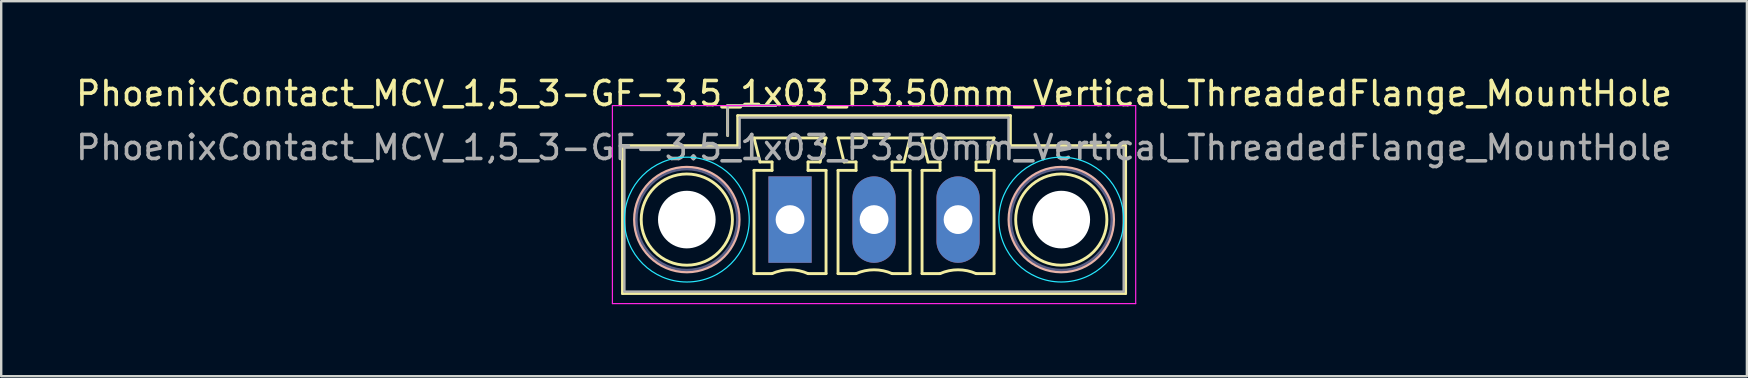
<source format=kicad_pcb>
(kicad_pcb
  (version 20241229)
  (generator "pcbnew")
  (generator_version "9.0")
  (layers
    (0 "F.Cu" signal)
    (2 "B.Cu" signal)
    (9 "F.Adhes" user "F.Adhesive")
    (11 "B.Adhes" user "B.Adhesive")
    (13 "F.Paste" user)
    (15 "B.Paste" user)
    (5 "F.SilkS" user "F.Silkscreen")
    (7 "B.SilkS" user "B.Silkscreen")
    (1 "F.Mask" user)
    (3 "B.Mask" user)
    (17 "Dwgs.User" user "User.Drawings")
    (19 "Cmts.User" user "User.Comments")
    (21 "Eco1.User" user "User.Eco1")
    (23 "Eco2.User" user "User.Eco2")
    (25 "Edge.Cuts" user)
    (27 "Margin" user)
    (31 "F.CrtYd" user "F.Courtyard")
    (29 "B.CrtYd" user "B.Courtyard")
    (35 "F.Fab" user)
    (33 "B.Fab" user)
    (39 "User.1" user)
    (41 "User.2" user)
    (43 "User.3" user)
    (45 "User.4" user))
  (footprint "PhoenixContact_MCV_1,5_3-GF-3.5_1x03_P3.50mm_Vertical_ThreadedFlange_MountHole"
    (layer "F.Cu")
    (at 29.863 6.098)
    (property "Reference" "PhoenixContact_MCV_1,5_3-GF-3.5_1x03_P3.50mm_Vertical_ThreadedFlange_MountHole" (at 3.5 -5.25 0) (layer "F.SilkS") (effects (font (size 1 1) (thickness 0.15))))
    (attr through_hole)
    (fp_line (start -6.98 -3.08) (end -6.98 3.08) (stroke (width 0.12) (type solid)) (layer "F.SilkS"))
    (fp_line (start -6.98 3.08) (end 13.98 3.08) (stroke (width 0.12) (type solid)) (layer "F.SilkS"))
    (fp_line (start -2.6 -4.75) (end -0.6 -4.75) (stroke (width 0.12) (type solid)) (layer "F.SilkS"))
    (fp_line (start -2.6 -3.5) (end -2.6 -4.75) (stroke (width 0.12) (type solid)) (layer "F.SilkS"))
    (fp_line (start -2.18 -4.33) (end -2.18 -3.08) (stroke (width 0.12) (type solid)) (layer "F.SilkS"))
    (fp_line (start -2.18 -3.08) (end -6.98 -3.08) (stroke (width 0.12) (type solid)) (layer "F.SilkS"))
    (fp_line (start -1.5 -3.4) (end 1.5 -3.4) (stroke (width 0.12) (type solid)) (layer "F.SilkS"))
    (fp_line (start -1.5 -2.05) (end -0.75 -2.05) (stroke (width 0.12) (type solid)) (layer "F.SilkS"))
    (fp_line (start -1.5 2.25) (end -1.5 -2.05) (stroke (width 0.12) (type solid)) (layer "F.SilkS"))
    (fp_line (start -1.25 -2.4) (end -1.5 -3.4) (stroke (width 0.12) (type solid)) (layer "F.SilkS"))
    (fp_line (start -0.75 -2.4) (end -1.25 -2.4) (stroke (width 0.12) (type solid)) (layer "F.SilkS"))
    (fp_line (start -0.75 -2.05) (end -0.75 -2.4) (stroke (width 0.12) (type solid)) (layer "F.SilkS"))
    (fp_line (start -0.75 2.25) (end -1.5 2.25) (stroke (width 0.12) (type solid)) (layer "F.SilkS"))
    (fp_line (start 0.75 -2.4) (end 0.75 -2.05) (stroke (width 0.12) (type solid)) (layer "F.SilkS"))
    (fp_line (start 0.75 -2.05) (end 1.5 -2.05) (stroke (width 0.12) (type solid)) (layer "F.SilkS"))
    (fp_line (start 1.25 -2.4) (end 0.75 -2.4) (stroke (width 0.12) (type solid)) (layer "F.SilkS"))
    (fp_line (start 1.5 -3.4) (end 1.25 -2.4) (stroke (width 0.12) (type solid)) (layer "F.SilkS"))
    (fp_line (start 1.5 -2.05) (end 1.5 2.25) (stroke (width 0.12) (type solid)) (layer "F.SilkS"))
    (fp_line (start 1.5 2.25) (end 0.75 2.25) (stroke (width 0.12) (type solid)) (layer "F.SilkS"))
    (fp_line (start 2 -3.4) (end 5 -3.4) (stroke (width 0.12) (type solid)) (layer "F.SilkS"))
    (fp_line (start 2 -2.05) (end 2.75 -2.05) (stroke (width 0.12) (type solid)) (layer "F.SilkS"))
    (fp_line (start 2 2.25) (end 2 -2.05) (stroke (width 0.12) (type solid)) (layer "F.SilkS"))
    (fp_line (start 2.25 -2.4) (end 2 -3.4) (stroke (width 0.12) (type solid)) (layer "F.SilkS"))
    (fp_line (start 2.75 -2.4) (end 2.25 -2.4) (stroke (width 0.12) (type solid)) (layer "F.SilkS"))
    (fp_line (start 2.75 -2.05) (end 2.75 -2.4) (stroke (width 0.12) (type solid)) (layer "F.SilkS"))
    (fp_line (start 2.75 2.25) (end 2 2.25) (stroke (width 0.12) (type solid)) (layer "F.SilkS"))
    (fp_line (start 4.25 -2.4) (end 4.25 -2.05) (stroke (width 0.12) (type solid)) (layer "F.SilkS"))
    (fp_line (start 4.25 -2.05) (end 5 -2.05) (stroke (width 0.12) (type solid)) (layer "F.SilkS"))
    (fp_line (start 4.75 -2.4) (end 4.25 -2.4) (stroke (width 0.12) (type solid)) (layer "F.SilkS"))
    (fp_line (start 5 -3.4) (end 4.75 -2.4) (stroke (width 0.12) (type solid)) (layer "F.SilkS"))
    (fp_line (start 5 -2.05) (end 5 2.25) (stroke (width 0.12) (type solid)) (layer "F.SilkS"))
    (fp_line (start 5 2.25) (end 4.25 2.25) (stroke (width 0.12) (type solid)) (layer "F.SilkS"))
    (fp_line (start 5.5 -3.4) (end 8.5 -3.4) (stroke (width 0.12) (type solid)) (layer "F.SilkS"))
    (fp_line (start 5.5 -2.05) (end 6.25 -2.05) (stroke (width 0.12) (type solid)) (layer "F.SilkS"))
    (fp_line (start 5.5 2.25) (end 5.5 -2.05) (stroke (width 0.12) (type solid)) (layer "F.SilkS"))
    (fp_line (start 5.75 -2.4) (end 5.5 -3.4) (stroke (width 0.12) (type solid)) (layer "F.SilkS"))
    (fp_line (start 6.25 -2.4) (end 5.75 -2.4) (stroke (width 0.12) (type solid)) (layer "F.SilkS"))
    (fp_line (start 6.25 -2.05) (end 6.25 -2.4) (stroke (width 0.12) (type solid)) (layer "F.SilkS"))
    (fp_line (start 6.25 2.25) (end 5.5 2.25) (stroke (width 0.12) (type solid)) (layer "F.SilkS"))
    (fp_line (start 7.75 -2.4) (end 7.75 -2.05) (stroke (width 0.12) (type solid)) (layer "F.SilkS"))
    (fp_line (start 7.75 -2.05) (end 8.5 -2.05) (stroke (width 0.12) (type solid)) (layer "F.SilkS"))
    (fp_line (start 8.25 -2.4) (end 7.75 -2.4) (stroke (width 0.12) (type solid)) (layer "F.SilkS"))
    (fp_line (start 8.5 -3.4) (end 8.25 -2.4) (stroke (width 0.12) (type solid)) (layer "F.SilkS"))
    (fp_line (start 8.5 -2.05) (end 8.5 2.25) (stroke (width 0.12) (type solid)) (layer "F.SilkS"))
    (fp_line (start 8.5 2.25) (end 7.75 2.25) (stroke (width 0.12) (type solid)) (layer "F.SilkS"))
    (fp_line (start 9.18 -4.33) (end -2.18 -4.33) (stroke (width 0.12) (type solid)) (layer "F.SilkS"))
    (fp_line (start 9.18 -3.08) (end 9.18 -4.33) (stroke (width 0.12) (type solid)) (layer "F.SilkS"))
    (fp_line (start 13.98 -3.08) (end 9.18 -3.08) (stroke (width 0.12) (type solid)) (layer "F.SilkS"))
    (fp_line (start 13.98 3.08) (end 13.98 -3.08) (stroke (width 0.12) (type solid)) (layer "F.SilkS"))
    (fp_arc (start -0.75 2.25) (mid -0.000193 2.09191) (end 0.749647 2.249844) (stroke (width 0.12) (type solid)) (layer "F.SilkS"))
    (fp_arc (start 2.75 2.25) (mid 3.499807 2.09191) (end 4.249647 2.249844) (stroke (width 0.12) (type solid)) (layer "F.SilkS"))
    (fp_arc (start 6.25 2.25) (mid 6.999807 2.09191) (end 7.749647 2.249844) (stroke (width 0.12) (type solid)) (layer "F.SilkS"))
    (fp_circle (center -4.3 0) (end -2.4 0) (stroke (width 0.12) (type solid)) (fill no) (layer "F.SilkS"))
    (fp_circle (center 11.3 0) (end 13.2 0) (stroke (width 0.12) (type solid)) (fill no) (layer "F.SilkS"))
    (fp_circle (center -4.3 0) (end -2.12 0) (stroke (width 0.12) (type solid)) (fill no) (layer "B.SilkS"))
    (fp_circle (center 11.3 0) (end 13.48 0) (stroke (width 0.12) (type solid)) (fill no) (layer "B.SilkS"))
    (fp_circle (center -4.3 0) (end -1.7 0) (stroke (width 0.05) (type solid)) (fill no) (layer "B.CrtYd"))
    (fp_circle (center 11.3 0) (end 13.9 0) (stroke (width 0.05) (type solid)) (fill no) (layer "B.CrtYd"))
    (fp_line (start -7.4 -4.75) (end -7.4 3.5) (stroke (width 0.05) (type solid)) (layer "F.CrtYd"))
    (fp_line (start -7.4 3.5) (end 14.4 3.5) (stroke (width 0.05) (type solid)) (layer "F.CrtYd"))
    (fp_line (start 14.4 -4.75) (end -7.4 -4.75) (stroke (width 0.05) (type solid)) (layer "F.CrtYd"))
    (fp_line (start 14.4 3.5) (end 14.4 -4.75) (stroke (width 0.05) (type solid)) (layer "F.CrtYd"))
    (fp_circle (center -4.3 0) (end -2.2 0) (stroke (width 0.1) (type solid)) (fill no) (layer "B.Fab"))
    (fp_circle (center 11.3 0) (end 13.4 0) (stroke (width 0.1) (type solid)) (fill no) (layer "B.Fab"))
    (fp_line (start -6.9 -3) (end -6.9 3) (stroke (width 0.1) (type solid)) (layer "F.Fab"))
    (fp_line (start -6.9 3) (end 13.9 3) (stroke (width 0.1) (type solid)) (layer "F.Fab"))
    (fp_line (start -2.6 -4.75) (end -0.6 -4.75) (stroke (width 0.1) (type solid)) (layer "F.Fab"))
    (fp_line (start -2.6 -3.5) (end -2.6 -4.75) (stroke (width 0.1) (type solid)) (layer "F.Fab"))
    (fp_line (start -2.1 -4.25) (end -2.1 -3) (stroke (width 0.1) (type solid)) (layer "F.Fab"))
    (fp_line (start -2.1 -3) (end -6.9 -3) (stroke (width 0.1) (type solid)) (layer "F.Fab"))
    (fp_line (start 9.1 -4.25) (end -2.1 -4.25) (stroke (width 0.1) (type solid)) (layer "F.Fab"))
    (fp_line (start 9.1 -3) (end 9.1 -4.25) (stroke (width 0.1) (type solid)) (layer "F.Fab"))
    (fp_line (start 13.9 -3) (end 9.1 -3) (stroke (width 0.1) (type solid)) (layer "F.Fab"))
    (fp_line (start 13.9 3) (end 13.9 -3) (stroke (width 0.1) (type solid)) (layer "F.Fab"))
    (fp_text user "${REFERENCE}" (at 3.5 -3 0) (layer "F.Fab") (effects (font (size 1 1) (thickness 0.15))))
    (pad "" np_thru_hole circle (at -4.3 0) (size 2.4 2.4) (drill 2.4) (layers "*.Cu" "*.Mask"))
    (pad "" np_thru_hole circle (at 11.3 0) (size 2.4 2.4) (drill 2.4) (layers "*.Cu" "*.Mask"))
    (pad "1" thru_hole rect (at 0 0) (size 1.8 3.6) (drill 1.2) (layers "*.Cu" "*.Mask"))
    (pad "2" thru_hole oval (at 3.5 0) (size 1.8 3.6) (drill 1.2) (layers "*.Cu" "*.Mask"))
    (pad "3" thru_hole oval (at 7 0) (size 1.8 3.6) (drill 1.2) (layers "*.Cu" "*.Mask")))
  (gr_rect
    (start -3 -3)
    (end 69.726 12.623)
    (stroke (width 0.1) (type default))
    (fill no)
    (layer "Edge.Cuts")))
</source>
